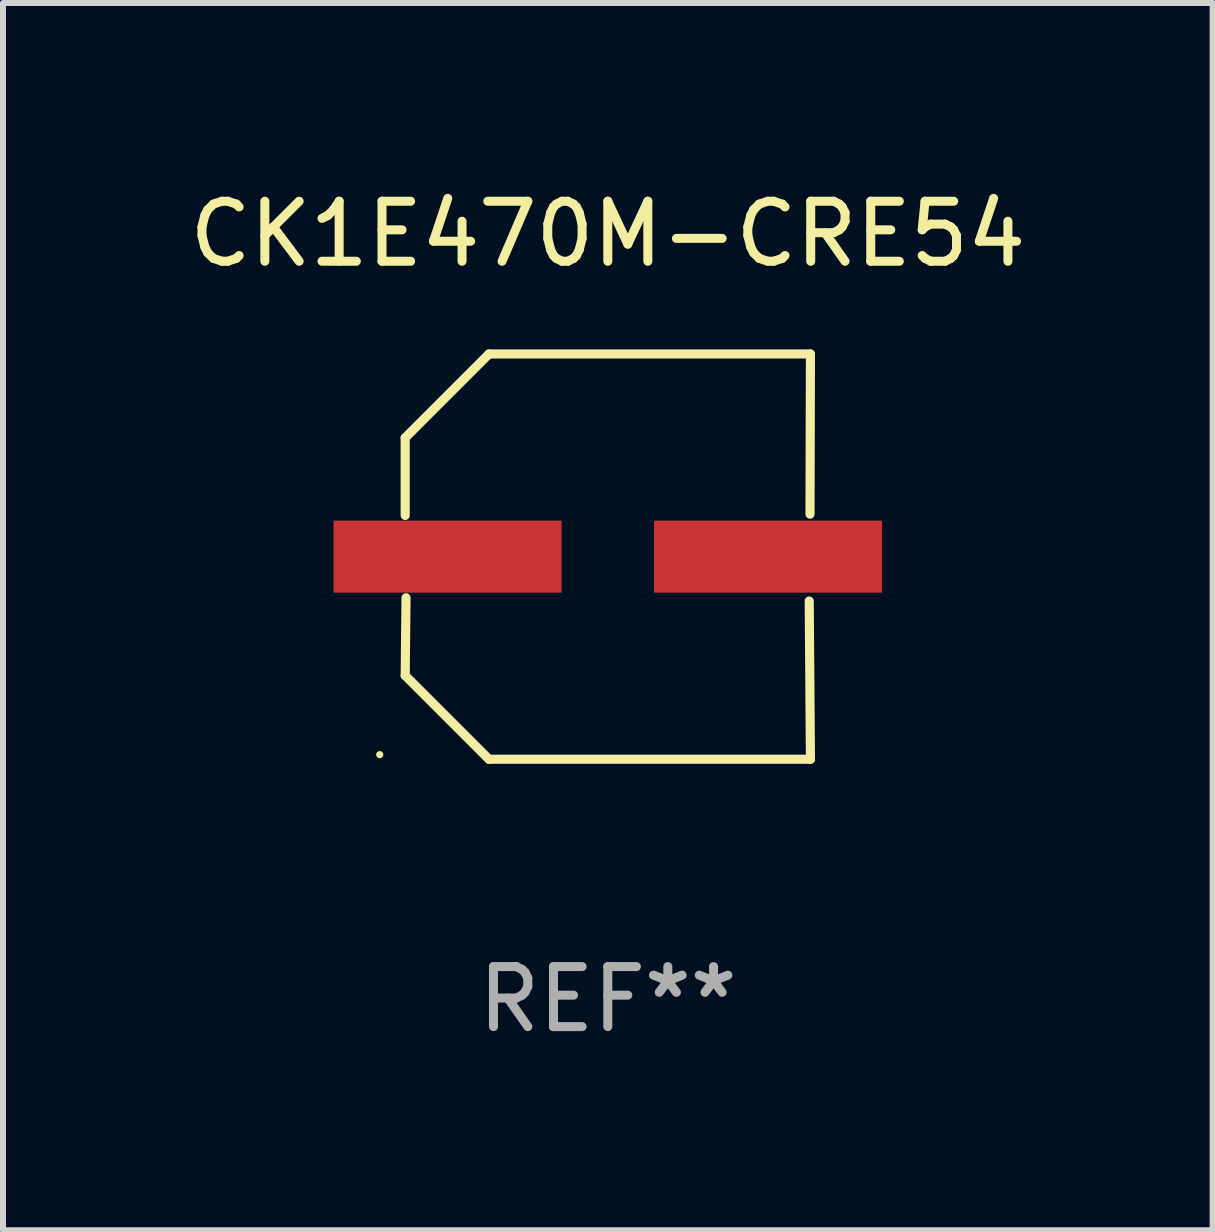
<source format=kicad_pcb>
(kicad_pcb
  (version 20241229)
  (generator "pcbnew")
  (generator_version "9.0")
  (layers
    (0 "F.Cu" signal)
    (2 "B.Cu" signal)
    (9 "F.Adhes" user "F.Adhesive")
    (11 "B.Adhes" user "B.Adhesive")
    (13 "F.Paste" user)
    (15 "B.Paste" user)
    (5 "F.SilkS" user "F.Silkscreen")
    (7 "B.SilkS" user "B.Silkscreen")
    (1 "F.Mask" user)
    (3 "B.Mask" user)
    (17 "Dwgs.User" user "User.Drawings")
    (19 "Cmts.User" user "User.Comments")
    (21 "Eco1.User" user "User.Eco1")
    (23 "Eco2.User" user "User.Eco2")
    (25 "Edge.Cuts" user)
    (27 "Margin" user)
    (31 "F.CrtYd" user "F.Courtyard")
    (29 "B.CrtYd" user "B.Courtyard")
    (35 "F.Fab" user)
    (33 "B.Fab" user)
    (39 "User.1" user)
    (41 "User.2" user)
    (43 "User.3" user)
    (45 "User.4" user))
  (footprint "CK1E470M-CRE54"
    (layer "F.Cu")
    (at 7.077 6.224)
    (property "Reference" "CK1E470M-CRE54" (at 0 -5.376 0) (layer "F.SilkS") (effects (font (size 1 1) (thickness 0.15))))
    (attr through_hole)
    (fp_line (start -3.376 -1.98) (end -3.376 -0.686) (stroke (width 0.152) (type solid)) (layer "F.SilkS"))
    (fp_line (start -3.376 1.981) (end -3.362 0.686) (stroke (width 0.152) (type solid)) (layer "F.SilkS"))
    (fp_line (start -1.981 3.376) (end -3.376 1.981) (stroke (width 0.152) (type solid)) (layer "F.SilkS"))
    (fp_line (start -1.98 -3.376) (end -3.376 -1.98) (stroke (width 0.152) (type solid)) (layer "F.SilkS"))
    (fp_line (start 3.356 0.74) (end 3.376 3.376) (stroke (width 0.152) (type solid)) (layer "F.SilkS"))
    (fp_line (start 3.369 -0.707) (end 3.376 -3.376) (stroke (width 0.152) (type solid)) (layer "F.SilkS"))
    (fp_line (start 3.376 3.376) (end -1.981 3.376) (stroke (width 0.152) (type solid)) (layer "F.SilkS"))
    (fp_line (start 3.376 -3.376) (end -1.98 -3.376) (stroke (width 0.152) (type solid)) (layer "F.SilkS"))
    (fp_circle (center -3.8 3.3) (end -3.77 3.3) (stroke (width 0.06) (type solid)) (fill no) (layer "F.SilkS"))
    (fp_text user "REF**" (at 0 7.376 0) (layer "F.Fab") (effects (font (size 1 1) (thickness 0.15))))
    (pad "1" smd rect (at -2.67 0.000254) (size 3.8 1.2) (layers "F.Cu" "F.Mask" "F.Paste"))
    (pad "2" smd rect (at 2.67 0.000254) (size 3.8 1.2) (layers "F.Cu" "F.Mask" "F.Paste")))
  (gr_rect
    (start -3 -3)
    (end 17.155 17.448)
    (stroke (width 0.1) (type default))
    (fill no)
    (layer "Edge.Cuts")))
</source>
